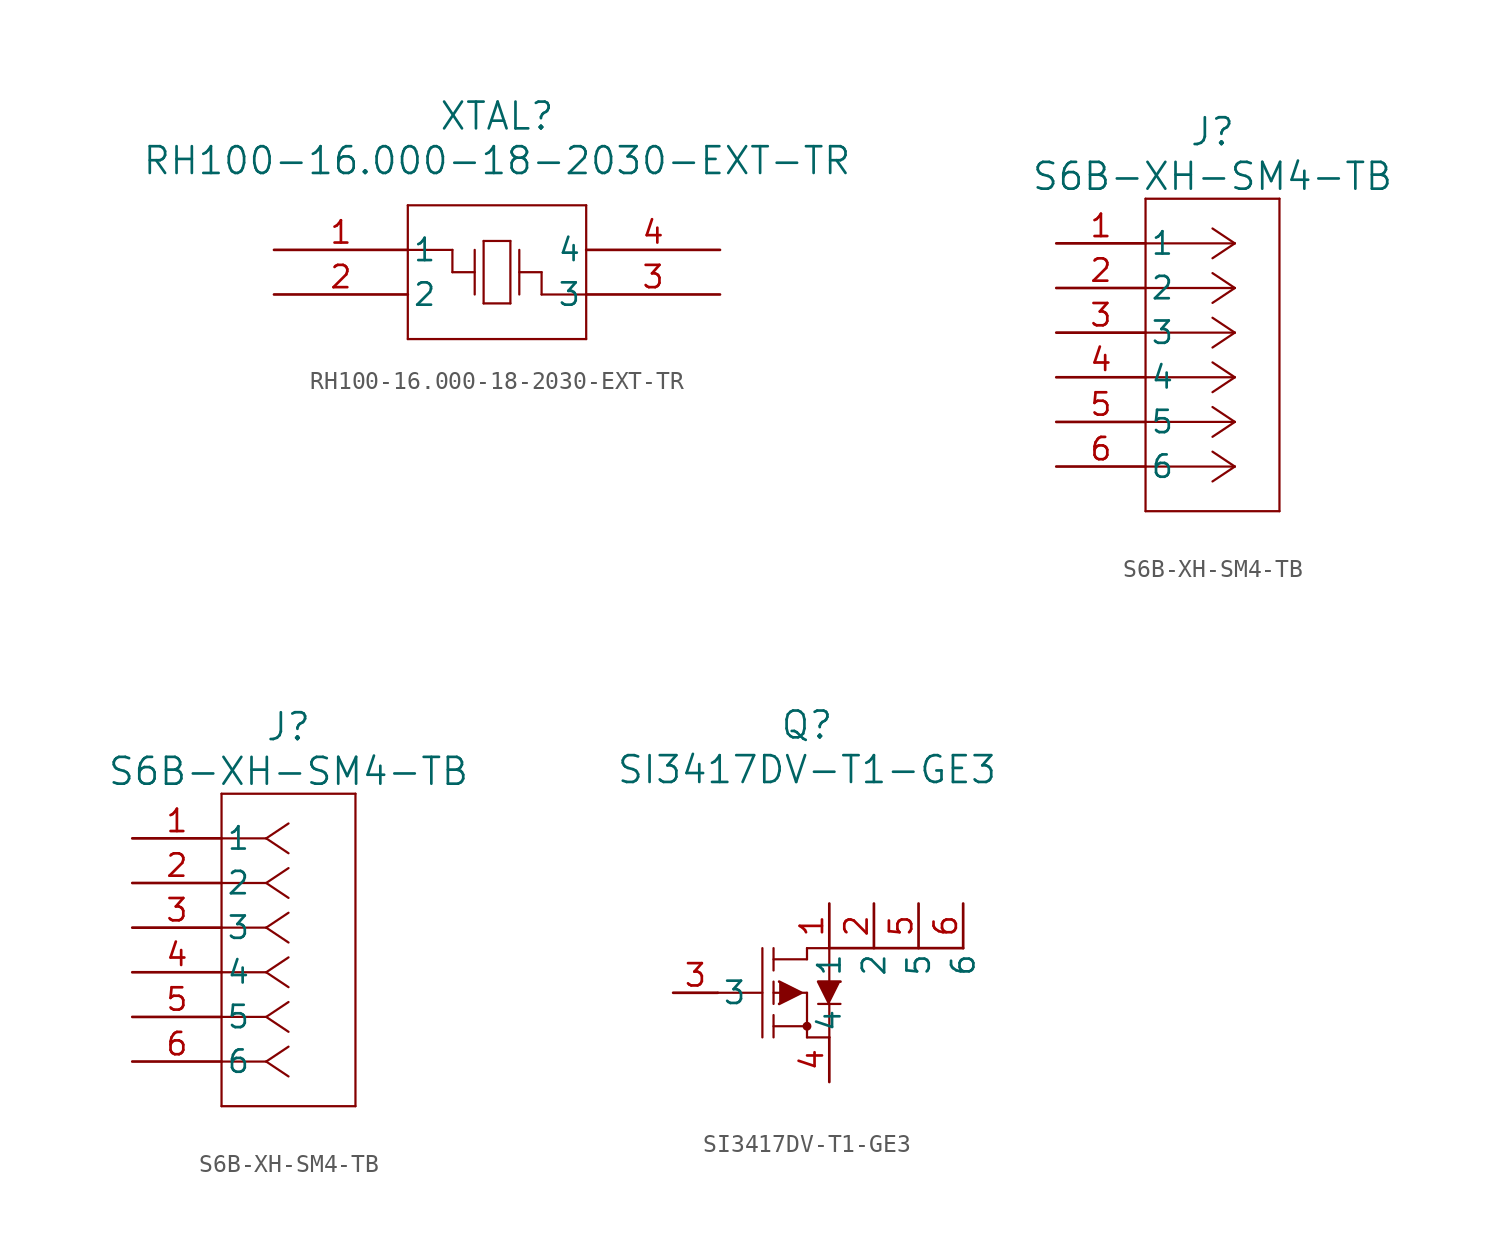
<source format=kicad_sym>
(kicad_symbol_lib
  (version 20241209)
  (generator "kicad_symbol_editor")
  (generator_version "9.0")
  (symbol "RH100-16.000-18-2030-EXT-TR"
    (pin_names
      (offset 0.254))
    (property "Reference" "XTAL"
      (at 12.7 7.62 0)
      (effects (font (size 1.524 1.524))))
    (property "Value" "RH100-16.000-18-2030-EXT-TR"
      (at 12.7 5.08 0)
      (effects (font (size 1.524 1.524))))
    (property "ki_locked" ""
      (at 0 0 0)
      (effects (font (size 1.27 1.27))))
    (symbol "RH100-16.000-18-2030-EXT-TR_0_1"
      (polyline (pts (xy 7.62 2.54) (xy 7.62 -5.08)) (stroke (width 0.127) (type default)) (fill (type none)))
      (polyline (pts (xy 7.62 -5.08) (xy 17.78 -5.08)) (stroke (width 0.127) (type default)) (fill (type none)))
      (polyline (pts (xy 10.16 0) (xy 7.62 0)) (stroke (width 0.127) (type default)) (fill (type none)))
      (polyline (pts (xy 10.16 -1.27) (xy 10.16 0)) (stroke (width 0.127) (type default)) (fill (type none)))
      (polyline (pts (xy 11.43 0) (xy 11.43 -2.54)) (stroke (width 0.127) (type default)) (fill (type none)))
      (polyline (pts (xy 11.43 -1.27) (xy 10.16 -1.27)) (stroke (width 0.127) (type default)) (fill (type none)))
      (polyline (pts (xy 11.938 0.508) (xy 11.938 -3.048)) (stroke (width 0.127) (type default)) (fill (type none)))
      (polyline (pts (xy 11.938 -3.048) (xy 13.462 -3.048)) (stroke (width 0.127) (type default)) (fill (type none)))
      (polyline (pts (xy 13.462 0.508) (xy 11.938 0.508)) (stroke (width 0.127) (type default)) (fill (type none)))
      (polyline (pts (xy 13.462 -3.048) (xy 13.462 0.508)) (stroke (width 0.127) (type default)) (fill (type none)))
      (polyline (pts (xy 13.97 0) (xy 13.97 -2.54)) (stroke (width 0.127) (type default)) (fill (type none)))
      (polyline (pts (xy 13.97 -1.27) (xy 15.24 -1.27)) (stroke (width 0.127) (type default)) (fill (type none)))
      (polyline (pts (xy 15.24 -1.27) (xy 15.24 -2.54)) (stroke (width 0.127) (type default)) (fill (type none)))
      (polyline (pts (xy 15.24 -2.54) (xy 17.78 -2.54)) (stroke (width 0.127) (type default)) (fill (type none)))
      (polyline (pts (xy 17.78 2.54) (xy 7.62 2.54)) (stroke (width 0.127) (type default)) (fill (type none)))
      (polyline (pts (xy 17.78 -5.08) (xy 17.78 2.54)) (stroke (width 0.127) (type default)) (fill (type none)))
      (pin unspecified line (at 0 0 0) (length 7.62) (name "1" (effects (font (size 1.27 1.27)))) (number "1" (effects (font (size 1.27 1.27)))))
      (pin unspecified line (at 0 -2.54 0) (length 7.62) (name "2" (effects (font (size 1.27 1.27)))) (number "2" (effects (font (size 1.27 1.27)))))
      (pin unspecified line (at 25.4 0 180) (length 7.62) (name "4" (effects (font (size 1.27 1.27)))) (number "4" (effects (font (size 1.27 1.27)))))
      (pin unspecified line (at 25.4 -2.54 180) (length 7.62) (name "3" (effects (font (size 1.27 1.27)))) (number "3" (effects (font (size 1.27 1.27)))))))
  (symbol "S6B-XH-SM4-TB"
    (pin_names
      (offset 0.254))
    (property "Reference" "J"
      (at 8.89 6.35 0)
      (effects (font (size 1.524 1.524))))
    (property "Value" "S6B-XH-SM4-TB"
      (at 8.89 3.81 0)
      (effects (font (size 1.524 1.524))))
    (property "ki_locked" ""
      (at 0 0 0)
      (effects (font (size 1.27 1.27))))
    (symbol "S6B-XH-SM4-TB_1_1"
      (polyline (pts (xy 5.08 2.54) (xy 5.08 -15.24)) (stroke (width 0.127) (type default)) (fill (type none)))
      (polyline (pts (xy 5.08 -15.24) (xy 12.7 -15.24)) (stroke (width 0.127) (type default)) (fill (type none)))
      (polyline (pts (xy 10.16 0) (xy 5.08 0)) (stroke (width 0.127) (type default)) (fill (type none)))
      (polyline (pts (xy 10.16 0) (xy 8.89 0.847)) (stroke (width 0.127) (type default)) (fill (type none)))
      (polyline (pts (xy 10.16 0) (xy 8.89 -0.847)) (stroke (width 0.127) (type default)) (fill (type none)))
      (polyline (pts (xy 10.16 -2.54) (xy 5.08 -2.54)) (stroke (width 0.127) (type default)) (fill (type none)))
      (polyline (pts (xy 10.16 -2.54) (xy 8.89 -1.693)) (stroke (width 0.127) (type default)) (fill (type none)))
      (polyline (pts (xy 10.16 -2.54) (xy 8.89 -3.387)) (stroke (width 0.127) (type default)) (fill (type none)))
      (polyline (pts (xy 10.16 -5.08) (xy 5.08 -5.08)) (stroke (width 0.127) (type default)) (fill (type none)))
      (polyline (pts (xy 10.16 -5.08) (xy 8.89 -4.233)) (stroke (width 0.127) (type default)) (fill (type none)))
      (polyline (pts (xy 10.16 -5.08) (xy 8.89 -5.927)) (stroke (width 0.127) (type default)) (fill (type none)))
      (polyline (pts (xy 10.16 -7.62) (xy 5.08 -7.62)) (stroke (width 0.127) (type default)) (fill (type none)))
      (polyline (pts (xy 10.16 -7.62) (xy 8.89 -6.773)) (stroke (width 0.127) (type default)) (fill (type none)))
      (polyline (pts (xy 10.16 -7.62) (xy 8.89 -8.467)) (stroke (width 0.127) (type default)) (fill (type none)))
      (polyline (pts (xy 10.16 -10.16) (xy 5.08 -10.16)) (stroke (width 0.127) (type default)) (fill (type none)))
      (polyline (pts (xy 10.16 -10.16) (xy 8.89 -9.313)) (stroke (width 0.127) (type default)) (fill (type none)))
      (polyline (pts (xy 10.16 -10.16) (xy 8.89 -11.007)) (stroke (width 0.127) (type default)) (fill (type none)))
      (polyline (pts (xy 10.16 -12.7) (xy 5.08 -12.7)) (stroke (width 0.127) (type default)) (fill (type none)))
      (polyline (pts (xy 10.16 -12.7) (xy 8.89 -11.853)) (stroke (width 0.127) (type default)) (fill (type none)))
      (polyline (pts (xy 10.16 -12.7) (xy 8.89 -13.547)) (stroke (width 0.127) (type default)) (fill (type none)))
      (polyline (pts (xy 12.7 2.54) (xy 5.08 2.54)) (stroke (width 0.127) (type default)) (fill (type none)))
      (polyline (pts (xy 12.7 -15.24) (xy 12.7 2.54)) (stroke (width 0.127) (type default)) (fill (type none)))
      (pin unspecified line (at 0 0 0) (length 5.08) (name "1" (effects (font (size 1.27 1.27)))) (number "1" (effects (font (size 1.27 1.27)))))
      (pin unspecified line (at 0 -2.54 0) (length 5.08) (name "2" (effects (font (size 1.27 1.27)))) (number "2" (effects (font (size 1.27 1.27)))))
      (pin unspecified line (at 0 -5.08 0) (length 5.08) (name "3" (effects (font (size 1.27 1.27)))) (number "3" (effects (font (size 1.27 1.27)))))
      (pin unspecified line (at 0 -7.62 0) (length 5.08) (name "4" (effects (font (size 1.27 1.27)))) (number "4" (effects (font (size 1.27 1.27)))))
      (pin unspecified line (at 0 -10.16 0) (length 5.08) (name "5" (effects (font (size 1.27 1.27)))) (number "5" (effects (font (size 1.27 1.27)))))
      (pin unspecified line (at 0 -12.7 0) (length 5.08) (name "6" (effects (font (size 1.27 1.27)))) (number "6" (effects (font (size 1.27 1.27))))))
    (symbol "S6B-XH-SM4-TB_1_2"
      (polyline (pts (xy 5.08 2.54) (xy 5.08 -15.24)) (stroke (width 0.127) (type default)) (fill (type none)))
      (polyline (pts (xy 5.08 -15.24) (xy 12.7 -15.24)) (stroke (width 0.127) (type default)) (fill (type none)))
      (polyline (pts (xy 7.62 0) (xy 5.08 0)) (stroke (width 0.127) (type default)) (fill (type none)))
      (polyline (pts (xy 7.62 0) (xy 8.89 0.847)) (stroke (width 0.127) (type default)) (fill (type none)))
      (polyline (pts (xy 7.62 0) (xy 8.89 -0.847)) (stroke (width 0.127) (type default)) (fill (type none)))
      (polyline (pts (xy 7.62 -2.54) (xy 5.08 -2.54)) (stroke (width 0.127) (type default)) (fill (type none)))
      (polyline (pts (xy 7.62 -2.54) (xy 8.89 -1.693)) (stroke (width 0.127) (type default)) (fill (type none)))
      (polyline (pts (xy 7.62 -2.54) (xy 8.89 -3.387)) (stroke (width 0.127) (type default)) (fill (type none)))
      (polyline (pts (xy 7.62 -5.08) (xy 5.08 -5.08)) (stroke (width 0.127) (type default)) (fill (type none)))
      (polyline (pts (xy 7.62 -5.08) (xy 8.89 -4.233)) (stroke (width 0.127) (type default)) (fill (type none)))
      (polyline (pts (xy 7.62 -5.08) (xy 8.89 -5.927)) (stroke (width 0.127) (type default)) (fill (type none)))
      (polyline (pts (xy 7.62 -7.62) (xy 5.08 -7.62)) (stroke (width 0.127) (type default)) (fill (type none)))
      (polyline (pts (xy 7.62 -7.62) (xy 8.89 -6.773)) (stroke (width 0.127) (type default)) (fill (type none)))
      (polyline (pts (xy 7.62 -7.62) (xy 8.89 -8.467)) (stroke (width 0.127) (type default)) (fill (type none)))
      (polyline (pts (xy 7.62 -10.16) (xy 5.08 -10.16)) (stroke (width 0.127) (type default)) (fill (type none)))
      (polyline (pts (xy 7.62 -10.16) (xy 8.89 -9.313)) (stroke (width 0.127) (type default)) (fill (type none)))
      (polyline (pts (xy 7.62 -10.16) (xy 8.89 -11.007)) (stroke (width 0.127) (type default)) (fill (type none)))
      (polyline (pts (xy 7.62 -12.7) (xy 5.08 -12.7)) (stroke (width 0.127) (type default)) (fill (type none)))
      (polyline (pts (xy 7.62 -12.7) (xy 8.89 -11.853)) (stroke (width 0.127) (type default)) (fill (type none)))
      (polyline (pts (xy 7.62 -12.7) (xy 8.89 -13.547)) (stroke (width 0.127) (type default)) (fill (type none)))
      (polyline (pts (xy 12.7 2.54) (xy 5.08 2.54)) (stroke (width 0.127) (type default)) (fill (type none)))
      (polyline (pts (xy 12.7 -15.24) (xy 12.7 2.54)) (stroke (width 0.127) (type default)) (fill (type none)))
      (pin unspecified line (at 0 0 0) (length 5.08) (name "1" (effects (font (size 1.27 1.27)))) (number "1" (effects (font (size 1.27 1.27)))))
      (pin unspecified line (at 0 -2.54 0) (length 5.08) (name "2" (effects (font (size 1.27 1.27)))) (number "2" (effects (font (size 1.27 1.27)))))
      (pin unspecified line (at 0 -5.08 0) (length 5.08) (name "3" (effects (font (size 1.27 1.27)))) (number "3" (effects (font (size 1.27 1.27)))))
      (pin unspecified line (at 0 -7.62 0) (length 5.08) (name "4" (effects (font (size 1.27 1.27)))) (number "4" (effects (font (size 1.27 1.27)))))
      (pin unspecified line (at 0 -10.16 0) (length 5.08) (name "5" (effects (font (size 1.27 1.27)))) (number "5" (effects (font (size 1.27 1.27)))))
      (pin unspecified line (at 0 -12.7 0) (length 5.08) (name "6" (effects (font (size 1.27 1.27)))) (number "6" (effects (font (size 1.27 1.27)))))))
  (symbol "SI3417DV-T1-GE3"
    (pin_names
      (offset 0.254))
    (property "Reference" "Q"
      (at 12.7 7.62 0)
      (effects (font (size 1.524 1.524))))
    (property "Value" "SI3417DV-T1-GE3"
      (at 12.7 5.08 0)
      (effects (font (size 1.524 1.524))))
    (property "ki_locked" ""
      (at 0 0 0)
      (effects (font (size 1.27 1.27))))
    (symbol "SI3417DV-T1-GE3_0_1"
      (polyline (pts (xy 7.62 -7.62) (xy 10.16 -7.62)) (stroke (width 0.127) (type default)) (fill (type none)))
      (polyline (pts (xy 10.16 -10.16) (xy 10.16 -5.08)) (stroke (width 0.127) (type default)) (fill (type none)))
      (polyline (pts (xy 10.795 -5.715) (xy 12.7 -5.715)) (stroke (width 0.127) (type default)) (fill (type none)))
      (polyline (pts (xy 10.795 -6.35) (xy 10.795 -5.08)) (stroke (width 0.127) (type default)) (fill (type none)))
      (polyline (pts (xy 10.795 -7.62) (xy 12.7 -7.62)) (stroke (width 0.127) (type default)) (fill (type none)))
      (polyline (pts (xy 10.795 -8.255) (xy 10.795 -6.985)) (stroke (width 0.127) (type default)) (fill (type none)))
      (polyline (pts (xy 10.795 -9.525) (xy 12.7 -9.525)) (stroke (width 0.127) (type default)) (fill (type none)))
      (polyline (pts (xy 10.795 -10.16) (xy 10.795 -8.89)) (stroke (width 0.127) (type default)) (fill (type none)))
      (polyline (pts (xy 11.113 -6.985) (xy 12.383 -7.62) (xy 11.113 -8.255)) (stroke (width 0) (type default)) (fill (type outline)))
      (polyline (pts (xy 12.7 -5.08) (xy 13.97 -5.08)) (stroke (width 0.127) (type default)) (fill (type none)))
      (polyline (pts (xy 12.7 -5.715) (xy 12.7 -5.08)) (stroke (width 0.127) (type default)) (fill (type none)))
      (circle (center 12.7 -9.525) (radius 0.127) (stroke (width 0.254) (type default)) (fill (type none)))
      (polyline (pts (xy 12.7 -10.16) (xy 12.7 -7.62)) (stroke (width 0.127) (type default)) (fill (type none)))
      (polyline (pts (xy 12.7 -10.16) (xy 13.97 -10.16)) (stroke (width 0.127) (type default)) (fill (type none)))
      (polyline (pts (xy 13.97 -5.08) (xy 13.97 -6.985)) (stroke (width 0.127) (type default)) (fill (type none)))
      (polyline (pts (xy 13.97 -8.255) (xy 13.97 -10.16)) (stroke (width 0.127) (type default)) (fill (type none)))
      (polyline (pts (xy 14.605 -6.985) (xy 13.335 -6.985) (xy 13.97 -8.255)) (stroke (width 0) (type default)) (fill (type outline)))
      (polyline (pts (xy 14.605 -8.255) (xy 13.335 -8.255)) (stroke (width 0.127) (type default)) (fill (type none))))
    (symbol "SI3417DV-T1-GE3_1_1"
      (polyline (pts (xy 21.59 -5.08) (xy 13.97 -5.08)) (stroke (width 0) (type default)) (fill (type none)))
      (pin unspecified line (at 5.08 -7.62 0) (length 2.54) (name "3" (effects (font (size 1.27 1.27)))) (number "3" (effects (font (size 1.27 1.27)))))
      (pin unspecified line (at 13.97 -2.54 270) (length 2.54) (name "1" (effects (font (size 1.27 1.27)))) (number "1" (effects (font (size 1.27 1.27)))))
      (pin unspecified line (at 13.97 -12.7 90) (length 2.54) (name "4" (effects (font (size 1.27 1.27)))) (number "4" (effects (font (size 1.27 1.27)))))
      (pin unspecified line (at 16.51 -2.54 270) (length 2.54) (name "2" (effects (font (size 1.27 1.27)))) (number "2" (effects (font (size 1.27 1.27)))))
      (pin unspecified line (at 19.05 -2.54 270) (length 2.54) (name "5" (effects (font (size 1.27 1.27)))) (number "5" (effects (font (size 1.27 1.27)))))
      (pin unspecified line (at 21.59 -2.54 270) (length 2.54) (name "6" (effects (font (size 1.27 1.27)))) (number "6" (effects (font (size 1.27 1.27))))))))
</source>
